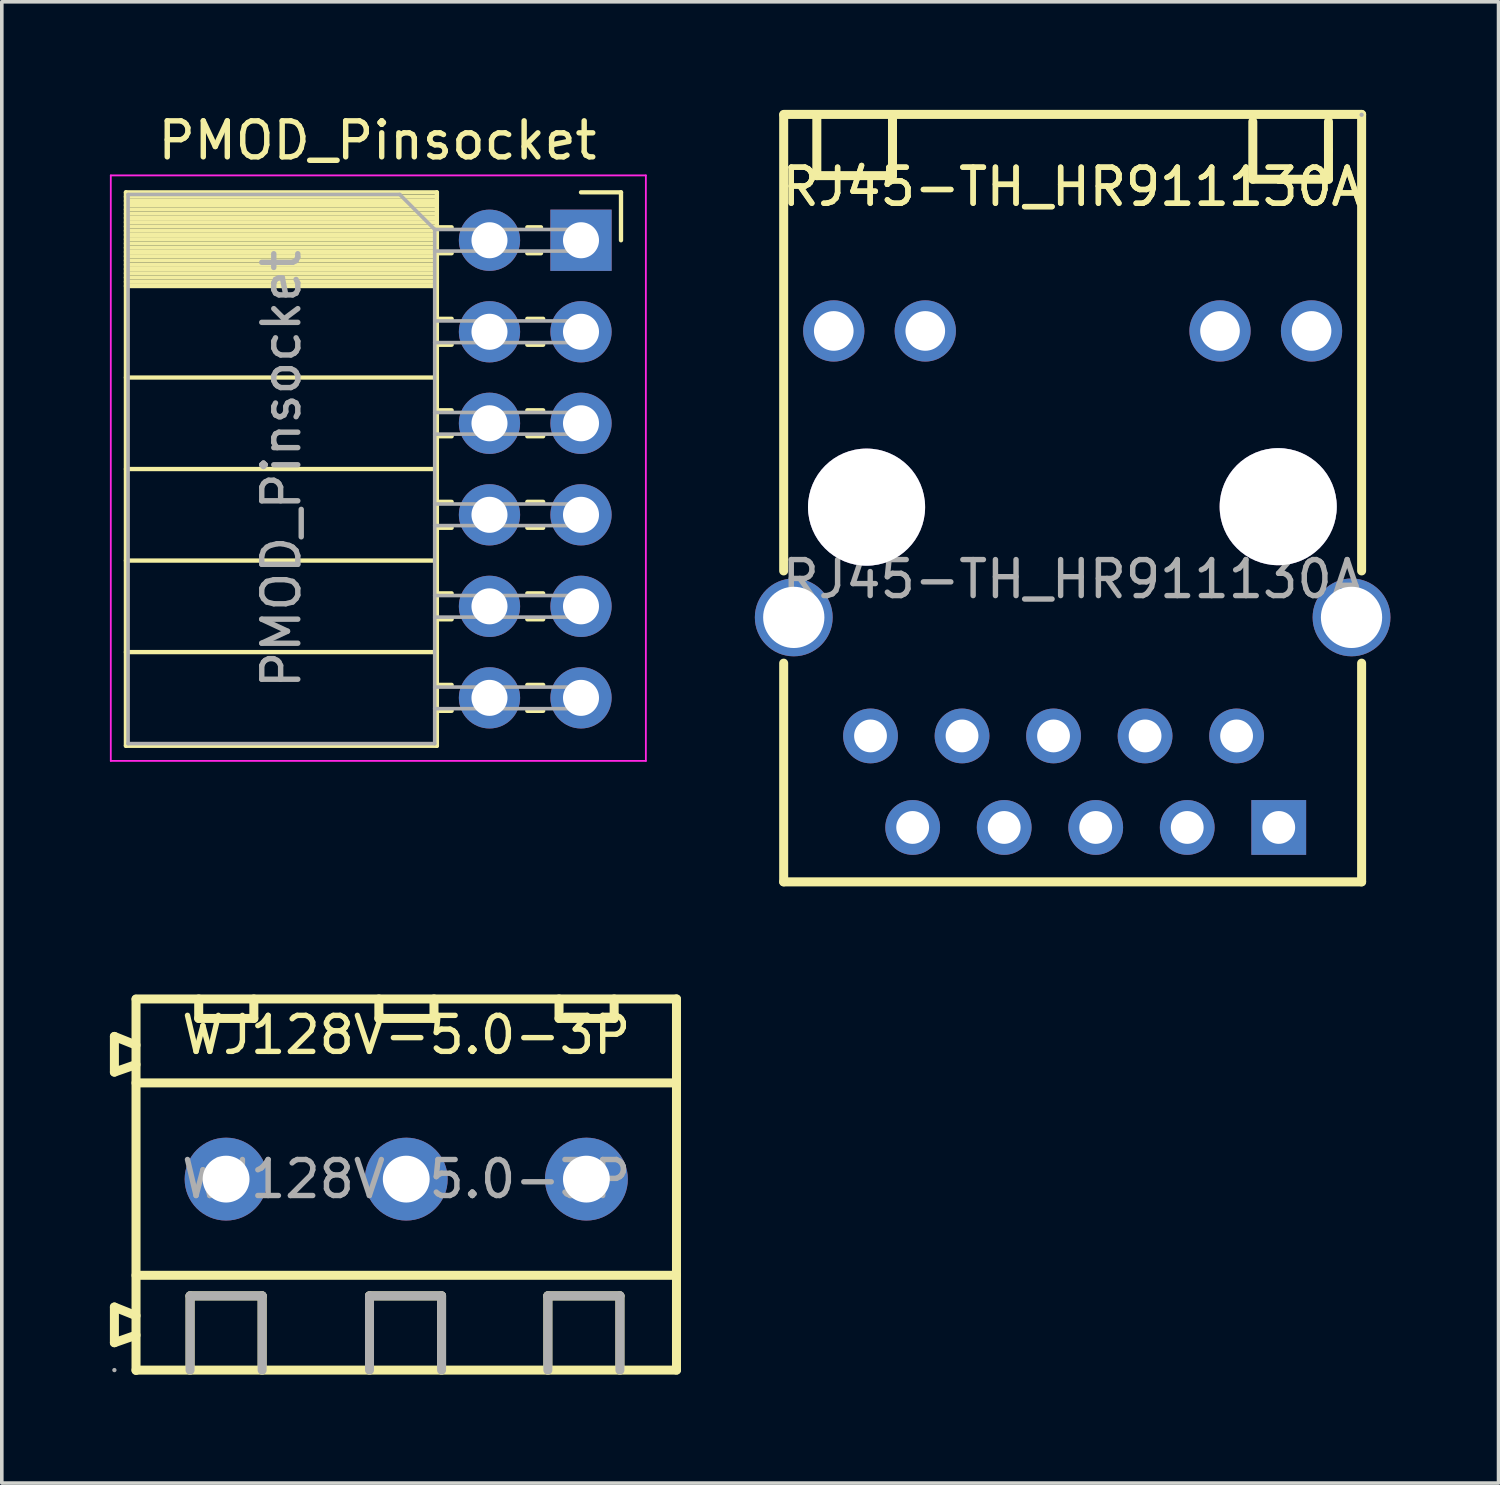
<source format=kicad_pcb>
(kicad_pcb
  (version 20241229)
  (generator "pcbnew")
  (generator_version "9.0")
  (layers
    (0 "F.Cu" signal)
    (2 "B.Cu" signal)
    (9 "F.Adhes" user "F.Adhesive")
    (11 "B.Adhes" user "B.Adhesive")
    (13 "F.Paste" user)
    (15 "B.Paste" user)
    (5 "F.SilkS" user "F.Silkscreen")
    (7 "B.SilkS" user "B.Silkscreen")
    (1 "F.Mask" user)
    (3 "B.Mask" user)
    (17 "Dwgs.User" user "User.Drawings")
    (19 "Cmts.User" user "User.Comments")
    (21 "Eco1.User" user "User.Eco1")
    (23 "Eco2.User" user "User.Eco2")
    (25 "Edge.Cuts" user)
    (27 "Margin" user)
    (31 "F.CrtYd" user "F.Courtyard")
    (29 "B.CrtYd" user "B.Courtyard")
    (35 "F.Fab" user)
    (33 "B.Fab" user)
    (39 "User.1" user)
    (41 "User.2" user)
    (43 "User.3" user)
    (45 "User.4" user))
  (footprint "RJ45-TH_HR911130A"
    (layer "F.Cu")
    (at 26.72 13.025)
    (property "Reference" "RJ45-TH_HR911130A" (at 0 -10.89 0) (layer "F.SilkS") (effects (font (size 1 1) (thickness 0.15))))
    (attr through_hole)
    (fp_line (start -8.02 -12.9) (end 8.02 -12.9) (stroke (width 0.25) (type solid)) (layer "F.SilkS"))
    (fp_line (start -8.02 -0.23) (end -8.02 -12.88) (stroke (width 0.25) (type solid)) (layer "F.SilkS"))
    (fp_line (start -8.02 8.4) (end -8.02 2.33) (stroke (width 0.25) (type solid)) (layer "F.SilkS"))
    (fp_line (start -7.1 -12.8) (end -7.1 -11.2) (stroke (width 0.25) (type solid)) (layer "F.SilkS"))
    (fp_line (start -7.1 -11.2) (end -5 -11.2) (stroke (width 0.25) (type solid)) (layer "F.SilkS"))
    (fp_line (start -5 -12) (end -5 -12.8) (stroke (width 0.25) (type solid)) (layer "F.SilkS"))
    (fp_line (start -5 -11.2) (end -5 -12) (stroke (width 0.25) (type solid)) (layer "F.SilkS"))
    (fp_line (start 5 -12.7) (end 5 -11.1) (stroke (width 0.25) (type solid)) (layer "F.SilkS"))
    (fp_line (start 5 -11.1) (end 7.1 -11.1) (stroke (width 0.25) (type solid)) (layer "F.SilkS"))
    (fp_line (start 7.1 -11.9) (end 7.1 -12.7) (stroke (width 0.25) (type solid)) (layer "F.SilkS"))
    (fp_line (start 7.1 -11.1) (end 7.1 -11.9) (stroke (width 0.25) (type solid)) (layer "F.SilkS"))
    (fp_line (start 8.02 -12.9) (end 8.02 -0.23) (stroke (width 0.25) (type solid)) (layer "F.SilkS"))
    (fp_line (start 8.02 2.33) (end 8.02 8.4) (stroke (width 0.25) (type solid)) (layer "F.SilkS"))
    (fp_line (start 8.02 8.4) (end -8.02 8.4) (stroke (width 0.25) (type solid)) (layer "F.SilkS"))
    (fp_circle (center -5.7 -2) (end -4.95 -2) (stroke (width 1.5) (type solid)) (fill no) (layer "Cmts.User"))
    (fp_circle (center 5.7 -2) (end 6.45 -2) (stroke (width 1.5) (type solid)) (fill no) (layer "Cmts.User"))
    (fp_circle (center 8.02 -12.89) (end 8.05 -12.89) (stroke (width 0.06) (type solid)) (fill no) (layer "F.Fab"))
    (fp_text user "${REFERENCE}" (at 0 -10.89 0) (layer "F.SilkS") (effects (font (size 1 1) (thickness 0.15))))
    (fp_text user "${REFERENCE}" (at 0 0 0) (layer "F.Fab") (effects (font (size 1 1) (thickness 0.15))))
    (pad "" thru_hole circle (at -5.72 -2) (size 3.25 3.25) (drill 3.25) (layers "*.Cu" "*.Mask"))
    (pad "" thru_hole circle (at 5.705 -2.013) (size 3.25 3.25) (drill 3.25) (layers "*.Cu" "*.Mask"))
    (pad "1" thru_hole rect (at 5.72 6.89 180) (size 1.52 1.52) (drill 0.91) (layers "*.Cu" "*.Mask"))
    (pad "2" thru_hole circle (at 4.55 4.35 180) (size 1.52 1.52) (drill 0.91) (layers "*.Cu" "*.Mask"))
    (pad "3" thru_hole circle (at 3.18 6.89 180) (size 1.52 1.52) (drill 0.91) (layers "*.Cu" "*.Mask"))
    (pad "4" thru_hole circle (at 2.01 4.35 180) (size 1.52 1.52) (drill 0.91) (layers "*.Cu" "*.Mask"))
    (pad "5" thru_hole circle (at 0.64 6.89 180) (size 1.52 1.52) (drill 0.91) (layers "*.Cu" "*.Mask"))
    (pad "6" thru_hole circle (at -0.53 4.35 180) (size 1.52 1.52) (drill 0.91) (layers "*.Cu" "*.Mask"))
    (pad "7" thru_hole circle (at -1.9 6.89 180) (size 1.52 1.52) (drill 0.91) (layers "*.Cu" "*.Mask"))
    (pad "8" thru_hole circle (at -3.07 4.35 180) (size 1.52 1.52) (drill 0.91) (layers "*.Cu" "*.Mask"))
    (pad "9" thru_hole circle (at -4.44 6.89 180) (size 1.52 1.52) (drill 0.91) (layers "*.Cu" "*.Mask"))
    (pad "10" thru_hole circle (at -5.61 4.35 180) (size 1.52 1.52) (drill 0.91) (layers "*.Cu" "*.Mask"))
    (pad "11" thru_hole circle (at 6.63 -6.89 180) (size 1.7 1.7) (drill 1.1) (layers "*.Cu" "*.Mask"))
    (pad "12" thru_hole circle (at 4.09 -6.89 180) (size 1.7 1.7) (drill 1.1) (layers "*.Cu" "*.Mask"))
    (pad "13" thru_hole circle (at -4.09 -6.89 180) (size 1.7 1.7) (drill 1.1) (layers "*.Cu" "*.Mask"))
    (pad "14" thru_hole circle (at -6.63 -6.89 180) (size 1.7 1.7) (drill 1.1) (layers "*.Cu" "*.Mask"))
    (pad "S1" thru_hole circle (at -7.74 1.06 180) (size 2.16 2.16) (drill 1.7) (layers "*.Cu" "*.Mask"))
    (pad "S2" thru_hole circle (at 7.74 1.06 180) (size 2.16 2.16) (drill 1.7) (layers "*.Cu" "*.Mask")))
  (footprint "WJ128V-5.0-3P"
    (layer "F.Cu")
    (at 8.225 29.675)
    (property "Reference" "WJ128V-5.0-3P" (at 0 -4 0) (layer "F.SilkS") (effects (font (size 1 1) (thickness 0.15))))
    (attr through_hole)
    (fp_line (start -8.1 -3.96) (end -8.1 -2.97) (stroke (width 0.25) (type solid)) (layer "F.SilkS"))
    (fp_line (start -8.1 -2.97) (end -7.5 -3.18) (stroke (width 0.25) (type solid)) (layer "F.SilkS"))
    (fp_line (start -8.1 3.55) (end -8.1 4.54) (stroke (width 0.25) (type solid)) (layer "F.SilkS"))
    (fp_line (start -8.1 4.54) (end -7.5 4.33) (stroke (width 0.25) (type solid)) (layer "F.SilkS"))
    (fp_line (start -7.5 -5) (end 7.5 -5) (stroke (width 0.25) (type solid)) (layer "F.SilkS"))
    (fp_line (start -7.5 -4.99) (end -7.5 5.31) (stroke (width 0.25) (type solid)) (layer "F.SilkS"))
    (fp_line (start -7.5 -3.72) (end -8.1 -3.96) (stroke (width 0.25) (type solid)) (layer "F.SilkS"))
    (fp_line (start -7.5 -2.67) (end 7.5 -2.67) (stroke (width 0.25) (type solid)) (layer "F.SilkS"))
    (fp_line (start -7.5 2.67) (end 7.5 2.67) (stroke (width 0.25) (type solid)) (layer "F.SilkS"))
    (fp_line (start -7.5 3.79) (end -8.1 3.55) (stroke (width 0.25) (type solid)) (layer "F.SilkS"))
    (fp_line (start -7.5 5.3) (end 7.5 5.3) (stroke (width 0.25) (type solid)) (layer "F.SilkS"))
    (fp_line (start -6 3.24) (end -4 3.24) (stroke (width 0.25) (type solid)) (layer "F.SilkS"))
    (fp_line (start -6 5.3) (end -6 3.24) (stroke (width 0.25) (type solid)) (layer "F.SilkS"))
    (fp_line (start -5.76 -4.46) (end -5.76 -5) (stroke (width 0.25) (type solid)) (layer "F.SilkS"))
    (fp_line (start -4.23 -5) (end -4.23 -4.46) (stroke (width 0.25) (type solid)) (layer "F.SilkS"))
    (fp_line (start -4.23 -4.46) (end -5.76 -4.46) (stroke (width 0.25) (type solid)) (layer "F.SilkS"))
    (fp_line (start -4 3.24) (end -4 5.3) (stroke (width 0.25) (type solid)) (layer "F.SilkS"))
    (fp_line (start -1.02 3.24) (end 0.98 3.24) (stroke (width 0.25) (type solid)) (layer "F.SilkS"))
    (fp_line (start -1.02 5.3) (end -1.02 3.24) (stroke (width 0.25) (type solid)) (layer "F.SilkS"))
    (fp_line (start -0.76 -4.46) (end -0.76 -5) (stroke (width 0.25) (type solid)) (layer "F.SilkS"))
    (fp_line (start 0.77 -5) (end 0.77 -4.46) (stroke (width 0.25) (type solid)) (layer "F.SilkS"))
    (fp_line (start 0.77 -4.46) (end -0.76 -4.46) (stroke (width 0.25) (type solid)) (layer "F.SilkS"))
    (fp_line (start 0.98 3.24) (end 0.98 5.3) (stroke (width 0.25) (type solid)) (layer "F.SilkS"))
    (fp_line (start 3.93 3.24) (end 5.93 3.24) (stroke (width 0.25) (type solid)) (layer "F.SilkS"))
    (fp_line (start 3.93 5.3) (end 3.93 3.24) (stroke (width 0.25) (type solid)) (layer "F.SilkS"))
    (fp_line (start 4.24 -4.46) (end 4.24 -5) (stroke (width 0.25) (type solid)) (layer "F.SilkS"))
    (fp_line (start 5.77 -5) (end 5.77 -4.46) (stroke (width 0.25) (type solid)) (layer "F.SilkS"))
    (fp_line (start 5.77 -4.46) (end 4.24 -4.46) (stroke (width 0.25) (type solid)) (layer "F.SilkS"))
    (fp_line (start 5.93 3.24) (end 5.93 5.3) (stroke (width 0.25) (type solid)) (layer "F.SilkS"))
    (fp_line (start 7.5 -5) (end 7.5 5.3) (stroke (width 0.25) (type solid)) (layer "F.SilkS"))
    (fp_line (start -6 3.24) (end -4 3.24) (stroke (width 0.25) (type solid)) (layer "F.Fab"))
    (fp_line (start -6 5.3) (end -6 3.24) (stroke (width 0.25) (type solid)) (layer "F.Fab"))
    (fp_line (start -4 3.24) (end -4 5.3) (stroke (width 0.25) (type solid)) (layer "F.Fab"))
    (fp_line (start -1.02 3.24) (end 0.98 3.24) (stroke (width 0.25) (type solid)) (layer "F.Fab"))
    (fp_line (start -1.02 5.3) (end -1.02 3.24) (stroke (width 0.25) (type solid)) (layer "F.Fab"))
    (fp_line (start 0.98 3.24) (end 0.98 5.3) (stroke (width 0.25) (type solid)) (layer "F.Fab"))
    (fp_line (start 3.93 3.24) (end 5.93 3.24) (stroke (width 0.25) (type solid)) (layer "F.Fab"))
    (fp_line (start 3.93 5.3) (end 3.93 3.24) (stroke (width 0.25) (type solid)) (layer "F.Fab"))
    (fp_line (start 5.93 3.24) (end 5.93 5.3) (stroke (width 0.25) (type solid)) (layer "F.Fab"))
    (fp_circle (center -8.1 5.3) (end -8.07 5.3) (stroke (width 0.06) (type solid)) (fill no) (layer "F.Fab"))
    (fp_circle (center -5 0) (end -4.72 0) (stroke (width 0.55) (type solid)) (fill no) (layer "F.Fab"))
    (fp_circle (center 0 0) (end 0.28 0) (stroke (width 0.55) (type solid)) (fill no) (layer "F.Fab"))
    (fp_circle (center 5 0) (end 5.28 0) (stroke (width 0.55) (type solid)) (fill no) (layer "F.Fab"))
    (fp_text user "${REFERENCE}" (at 0 0 0) (layer "F.Fab") (effects (font (size 1 1) (thickness 0.15))))
    (pad "1" thru_hole circle (at -5 0) (size 2.3 2.3) (drill 1.3) (layers "*.Cu" "*.Mask"))
    (pad "2" thru_hole circle (at 0 0) (size 2.3 2.3) (drill 1.3) (layers "*.Cu" "*.Mask"))
    (pad "3" thru_hole circle (at 5 0) (size 2.3 2.3) (drill 1.3) (layers "*.Cu" "*.Mask")))
  (footprint "PMOD_Pinsocket"
    (layer "F.Cu")
    (at 13.075 3.618)
    (property "Reference" "PMOD_Pinsocket" (at -5.65 -2.77 0) (layer "F.SilkS") (effects (font (size 1 1) (thickness 0.15))))
    (attr through_hole)
    (fp_line (start -12.63 -1.33) (end -12.63 14.03) (stroke (width 0.12) (type solid)) (layer "F.SilkS"))
    (fp_line (start -12.63 -1.33) (end -4 -1.33) (stroke (width 0.12) (type solid)) (layer "F.SilkS"))
    (fp_line (start -12.63 -1.21) (end -4 -1.21) (stroke (width 0.12) (type solid)) (layer "F.SilkS"))
    (fp_line (start -12.63 -1.092) (end -4 -1.092) (stroke (width 0.12) (type solid)) (layer "F.SilkS"))
    (fp_line (start -12.63 -0.974) (end -4 -0.974) (stroke (width 0.12) (type solid)) (layer "F.SilkS"))
    (fp_line (start -12.63 -0.856) (end -4 -0.856) (stroke (width 0.12) (type solid)) (layer "F.SilkS"))
    (fp_line (start -12.63 -0.738) (end -4 -0.738) (stroke (width 0.12) (type solid)) (layer "F.SilkS"))
    (fp_line (start -12.63 -0.62) (end -4 -0.62) (stroke (width 0.12) (type solid)) (layer "F.SilkS"))
    (fp_line (start -12.63 -0.501) (end -4 -0.501) (stroke (width 0.12) (type solid)) (layer "F.SilkS"))
    (fp_line (start -12.63 -0.383) (end -4 -0.383) (stroke (width 0.12) (type solid)) (layer "F.SilkS"))
    (fp_line (start -12.63 -0.265) (end -4 -0.265) (stroke (width 0.12) (type solid)) (layer "F.SilkS"))
    (fp_line (start -12.63 -0.147) (end -4 -0.147) (stroke (width 0.12) (type solid)) (layer "F.SilkS"))
    (fp_line (start -12.63 -0.029) (end -4 -0.029) (stroke (width 0.12) (type solid)) (layer "F.SilkS"))
    (fp_line (start -12.63 0.089) (end -4 0.089) (stroke (width 0.12) (type solid)) (layer "F.SilkS"))
    (fp_line (start -12.63 0.207) (end -4 0.207) (stroke (width 0.12) (type solid)) (layer "F.SilkS"))
    (fp_line (start -12.63 0.325) (end -4 0.325) (stroke (width 0.12) (type solid)) (layer "F.SilkS"))
    (fp_line (start -12.63 0.443) (end -4 0.443) (stroke (width 0.12) (type solid)) (layer "F.SilkS"))
    (fp_line (start -12.63 0.561) (end -4 0.561) (stroke (width 0.12) (type solid)) (layer "F.SilkS"))
    (fp_line (start -12.63 0.68) (end -4 0.68) (stroke (width 0.12) (type solid)) (layer "F.SilkS"))
    (fp_line (start -12.63 0.798) (end -4 0.798) (stroke (width 0.12) (type solid)) (layer "F.SilkS"))
    (fp_line (start -12.63 0.916) (end -4 0.916) (stroke (width 0.12) (type solid)) (layer "F.SilkS"))
    (fp_line (start -12.63 1.034) (end -4 1.034) (stroke (width 0.12) (type solid)) (layer "F.SilkS"))
    (fp_line (start -12.63 1.152) (end -4 1.152) (stroke (width 0.12) (type solid)) (layer "F.SilkS"))
    (fp_line (start -12.63 1.27) (end -4 1.27) (stroke (width 0.12) (type solid)) (layer "F.SilkS"))
    (fp_line (start -12.63 3.81) (end -4 3.81) (stroke (width 0.12) (type solid)) (layer "F.SilkS"))
    (fp_line (start -12.63 6.35) (end -4 6.35) (stroke (width 0.12) (type solid)) (layer "F.SilkS"))
    (fp_line (start -12.63 8.89) (end -4 8.89) (stroke (width 0.12) (type solid)) (layer "F.SilkS"))
    (fp_line (start -12.63 11.43) (end -4 11.43) (stroke (width 0.12) (type solid)) (layer "F.SilkS"))
    (fp_line (start -12.63 14.03) (end -4 14.03) (stroke (width 0.12) (type solid)) (layer "F.SilkS"))
    (fp_line (start -4 -1.33) (end -4 14.03) (stroke (width 0.12) (type solid)) (layer "F.SilkS"))
    (fp_line (start -4 -0.36) (end -3.59 -0.36) (stroke (width 0.12) (type solid)) (layer "F.SilkS"))
    (fp_line (start -4 0.36) (end -3.59 0.36) (stroke (width 0.12) (type solid)) (layer "F.SilkS"))
    (fp_line (start -4 2.18) (end -3.59 2.18) (stroke (width 0.12) (type solid)) (layer "F.SilkS"))
    (fp_line (start -4 2.9) (end -3.59 2.9) (stroke (width 0.12) (type solid)) (layer "F.SilkS"))
    (fp_line (start -4 4.72) (end -3.59 4.72) (stroke (width 0.12) (type solid)) (layer "F.SilkS"))
    (fp_line (start -4 5.44) (end -3.59 5.44) (stroke (width 0.12) (type solid)) (layer "F.SilkS"))
    (fp_line (start -4 7.26) (end -3.59 7.26) (stroke (width 0.12) (type solid)) (layer "F.SilkS"))
    (fp_line (start -4 7.98) (end -3.59 7.98) (stroke (width 0.12) (type solid)) (layer "F.SilkS"))
    (fp_line (start -4 9.8) (end -3.59 9.8) (stroke (width 0.12) (type solid)) (layer "F.SilkS"))
    (fp_line (start -4 10.52) (end -3.59 10.52) (stroke (width 0.12) (type solid)) (layer "F.SilkS"))
    (fp_line (start -4 12.34) (end -3.59 12.34) (stroke (width 0.12) (type solid)) (layer "F.SilkS"))
    (fp_line (start -4 13.06) (end -3.59 13.06) (stroke (width 0.12) (type solid)) (layer "F.SilkS"))
    (fp_line (start -1.49 -0.36) (end -1.11 -0.36) (stroke (width 0.12) (type solid)) (layer "F.SilkS"))
    (fp_line (start -1.49 0.36) (end -1.11 0.36) (stroke (width 0.12) (type solid)) (layer "F.SilkS"))
    (fp_line (start -1.49 2.18) (end -1.05 2.18) (stroke (width 0.12) (type solid)) (layer "F.SilkS"))
    (fp_line (start -1.49 2.9) (end -1.05 2.9) (stroke (width 0.12) (type solid)) (layer "F.SilkS"))
    (fp_line (start -1.49 4.72) (end -1.05 4.72) (stroke (width 0.12) (type solid)) (layer "F.SilkS"))
    (fp_line (start -1.49 5.44) (end -1.05 5.44) (stroke (width 0.12) (type solid)) (layer "F.SilkS"))
    (fp_line (start -1.49 7.26) (end -1.05 7.26) (stroke (width 0.12) (type solid)) (layer "F.SilkS"))
    (fp_line (start -1.49 7.98) (end -1.05 7.98) (stroke (width 0.12) (type solid)) (layer "F.SilkS"))
    (fp_line (start -1.49 9.8) (end -1.05 9.8) (stroke (width 0.12) (type solid)) (layer "F.SilkS"))
    (fp_line (start -1.49 10.52) (end -1.05 10.52) (stroke (width 0.12) (type solid)) (layer "F.SilkS"))
    (fp_line (start -1.49 12.34) (end -1.05 12.34) (stroke (width 0.12) (type solid)) (layer "F.SilkS"))
    (fp_line (start -1.49 13.06) (end -1.05 13.06) (stroke (width 0.12) (type solid)) (layer "F.SilkS"))
    (fp_line (start 0 -1.33) (end 1.11 -1.33) (stroke (width 0.12) (type solid)) (layer "F.SilkS"))
    (fp_line (start 1.11 -1.33) (end 1.11 0) (stroke (width 0.12) (type solid)) (layer "F.SilkS"))
    (fp_line (start -13.05 -1.8) (end -13.05 14.45) (stroke (width 0.05) (type solid)) (layer "F.CrtYd"))
    (fp_line (start -13.05 14.45) (end 1.8 14.45) (stroke (width 0.05) (type solid)) (layer "F.CrtYd"))
    (fp_line (start 1.8 -1.8) (end -13.05 -1.8) (stroke (width 0.05) (type solid)) (layer "F.CrtYd"))
    (fp_line (start 1.8 14.45) (end 1.8 -1.8) (stroke (width 0.05) (type solid)) (layer "F.CrtYd"))
    (fp_line (start -12.57 -1.27) (end -5.03 -1.27) (stroke (width 0.1) (type solid)) (layer "F.Fab"))
    (fp_line (start -12.57 13.97) (end -12.57 -1.27) (stroke (width 0.1) (type solid)) (layer "F.Fab"))
    (fp_line (start -5.03 -1.27) (end -4.06 -0.3) (stroke (width 0.1) (type solid)) (layer "F.Fab"))
    (fp_line (start -4.06 -0.3) (end -4.06 13.97) (stroke (width 0.1) (type solid)) (layer "F.Fab"))
    (fp_line (start -4.06 0.3) (end 0 0.3) (stroke (width 0.1) (type solid)) (layer "F.Fab"))
    (fp_line (start -4.06 2.84) (end 0 2.84) (stroke (width 0.1) (type solid)) (layer "F.Fab"))
    (fp_line (start -4.06 5.38) (end 0 5.38) (stroke (width 0.1) (type solid)) (layer "F.Fab"))
    (fp_line (start -4.06 7.92) (end 0 7.92) (stroke (width 0.1) (type solid)) (layer "F.Fab"))
    (fp_line (start -4.06 10.46) (end 0 10.46) (stroke (width 0.1) (type solid)) (layer "F.Fab"))
    (fp_line (start -4.06 13) (end 0 13) (stroke (width 0.1) (type solid)) (layer "F.Fab"))
    (fp_line (start -4.06 13.97) (end -12.57 13.97) (stroke (width 0.1) (type solid)) (layer "F.Fab"))
    (fp_line (start 0 -0.3) (end -4.06 -0.3) (stroke (width 0.1) (type solid)) (layer "F.Fab"))
    (fp_line (start 0 0.3) (end 0 -0.3) (stroke (width 0.1) (type solid)) (layer "F.Fab"))
    (fp_line (start 0 2.24) (end -4.06 2.24) (stroke (width 0.1) (type solid)) (layer "F.Fab"))
    (fp_line (start 0 2.84) (end 0 2.24) (stroke (width 0.1) (type solid)) (layer "F.Fab"))
    (fp_line (start 0 4.78) (end -4.06 4.78) (stroke (width 0.1) (type solid)) (layer "F.Fab"))
    (fp_line (start 0 5.38) (end 0 4.78) (stroke (width 0.1) (type solid)) (layer "F.Fab"))
    (fp_line (start 0 7.32) (end -4.06 7.32) (stroke (width 0.1) (type solid)) (layer "F.Fab"))
    (fp_line (start 0 7.92) (end 0 7.32) (stroke (width 0.1) (type solid)) (layer "F.Fab"))
    (fp_line (start 0 9.86) (end -4.06 9.86) (stroke (width 0.1) (type solid)) (layer "F.Fab"))
    (fp_line (start 0 10.46) (end 0 9.86) (stroke (width 0.1) (type solid)) (layer "F.Fab"))
    (fp_line (start 0 12.4) (end -4.06 12.4) (stroke (width 0.1) (type solid)) (layer "F.Fab"))
    (fp_line (start 0 13) (end 0 12.4) (stroke (width 0.1) (type solid)) (layer "F.Fab"))
    (fp_text user "${REFERENCE}" (at -8.315 6.35 90) (layer "F.Fab") (effects (font (size 1 1) (thickness 0.15))))
    (pad "1" thru_hole rect (at 0 0) (size 1.7 1.7) (drill 1) (layers "*.Cu" "*.Mask"))
    (pad "2" thru_hole circle (at 0 2.54) (size 1.7 1.7) (drill 1) (layers "*.Cu" "*.Mask"))
    (pad "3" thru_hole circle (at 0 5.08) (size 1.7 1.7) (drill 1) (layers "*.Cu" "*.Mask"))
    (pad "4" thru_hole circle (at 0 7.62) (size 1.7 1.7) (drill 1) (layers "*.Cu" "*.Mask"))
    (pad "5" thru_hole circle (at 0 10.16) (size 1.7 1.7) (drill 1) (layers "*.Cu" "*.Mask"))
    (pad "6" thru_hole circle (at 0 12.7) (size 1.7 1.7) (drill 1) (layers "*.Cu" "*.Mask"))
    (pad "7" thru_hole circle (at -2.54 0) (size 1.7 1.7) (drill 1) (layers "*.Cu" "*.Mask"))
    (pad "8" thru_hole circle (at -2.54 2.54) (size 1.7 1.7) (drill 1) (layers "*.Cu" "*.Mask"))
    (pad "9" thru_hole circle (at -2.54 5.08) (size 1.7 1.7) (drill 1) (layers "*.Cu" "*.Mask"))
    (pad "10" thru_hole circle (at -2.54 7.62) (size 1.7 1.7) (drill 1) (layers "*.Cu" "*.Mask"))
    (pad "11" thru_hole circle (at -2.54 10.16) (size 1.7 1.7) (drill 1) (layers "*.Cu" "*.Mask"))
    (pad "12" thru_hole circle (at -2.54 12.7) (size 1.7 1.7) (drill 1) (layers "*.Cu" "*.Mask")))
  (gr_rect
    (start -3 -3)
    (end 38.54 38.11)
    (stroke (width 0.1) (type default))
    (fill no)
    (layer "Edge.Cuts")))
</source>
